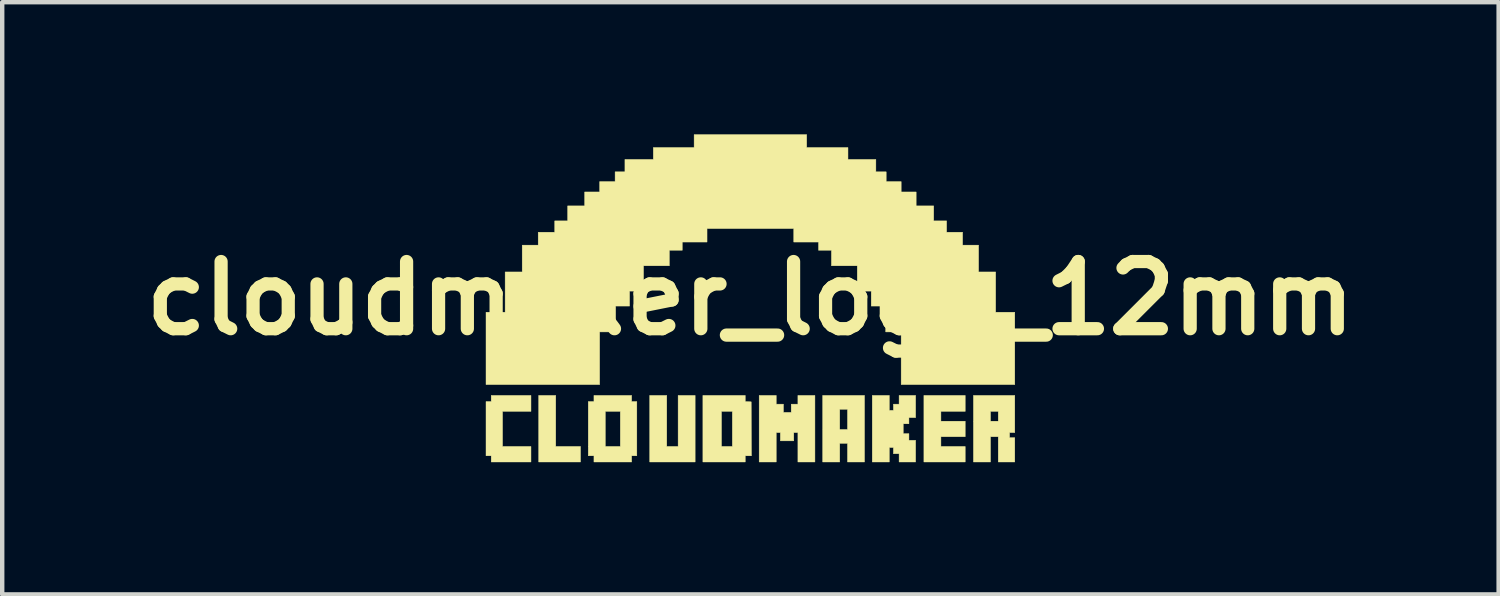
<source format=kicad_pcb>
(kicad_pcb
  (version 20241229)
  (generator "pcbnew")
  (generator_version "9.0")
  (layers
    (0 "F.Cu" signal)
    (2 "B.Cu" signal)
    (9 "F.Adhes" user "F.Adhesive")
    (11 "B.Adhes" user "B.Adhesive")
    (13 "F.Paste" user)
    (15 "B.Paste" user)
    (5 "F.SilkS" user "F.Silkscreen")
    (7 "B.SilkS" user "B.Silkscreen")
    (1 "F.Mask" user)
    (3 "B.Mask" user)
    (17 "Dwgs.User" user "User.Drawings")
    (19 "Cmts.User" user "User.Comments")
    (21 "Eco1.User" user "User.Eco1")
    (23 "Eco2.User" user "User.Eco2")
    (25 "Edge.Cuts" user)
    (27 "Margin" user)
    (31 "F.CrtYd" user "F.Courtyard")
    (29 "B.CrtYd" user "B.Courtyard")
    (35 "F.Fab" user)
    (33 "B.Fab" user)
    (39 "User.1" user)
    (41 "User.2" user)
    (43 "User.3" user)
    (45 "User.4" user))
  (footprint "cloudmaker_logo_12mm"
    (layer "F.Cu")
    (at 13.977 3.719)
    (property "Reference" "cloudmaker_logo_12mm" (at 0 0 0) (layer "F.SilkS") (effects (font (size 1.524 1.524) (thickness 0.3))))
    (attr through_hole)
    (fp_poly (pts (xy -4.417 3.362) (xy -3.855 3.362) (xy -3.855 3.714) (xy -4.804 3.714) (xy -4.804 2.203) (xy -4.417 2.203) (xy -4.417 3.362)) (stroke (width 0.01) (type solid)) (fill yes) (layer "F.SilkS"))
    (fp_poly (pts (xy -1.898 3.362) (xy -1.64 3.362) (xy -1.64 2.203) (xy -1.254 2.203) (xy -1.254 3.714) (xy -2.285 3.714) (xy -2.285 2.203) (xy -1.898 2.203) (xy -1.898 3.362)) (stroke (width 0.01) (type solid)) (fill yes) (layer "F.SilkS"))
    (fp_poly (pts (xy -4.979 2.566) (xy -5.624 2.566) (xy -5.624 3.362) (xy -4.979 3.362) (xy -4.979 3.714) (xy -5.881 3.714) (xy -5.881 3.573) (xy -5.999 3.573) (xy -5.999 2.343) (xy -5.881 2.343) (xy -5.881 2.203) (xy -4.979 2.203) (xy -4.979 2.566)) (stroke (width 0.01) (type solid)) (fill yes) (layer "F.SilkS"))
    (fp_poly (pts (xy 4.874 2.566) (xy 4.323 2.566) (xy 4.323 2.788) (xy 4.874 2.788) (xy 4.874 3.14) (xy 4.323 3.14) (xy 4.323 3.362) (xy 4.874 3.362) (xy 4.874 3.714) (xy 3.937 3.714) (xy 3.937 2.203) (xy 4.874 2.203) (xy 4.874 2.566)) (stroke (width 0.01) (type solid)) (fill yes) (layer "F.SilkS"))
    (fp_poly (pts (xy 2.589 3.714) (xy 2.203 3.714) (xy 2.203 3.292) (xy 2.027 3.292) (xy 2.027 3.714) (xy 1.64 3.714) (xy 1.64 2.519) (xy 2.027 2.519) (xy 2.027 2.976) (xy 2.203 2.976) (xy 2.203 2.519) (xy 2.027 2.519) (xy 1.64 2.519) (xy 1.64 2.203) (xy 2.589 2.203) (xy 2.589 3.714)) (stroke (width 0.01) (type solid)) (fill yes) (layer "F.SilkS"))
    (fp_poly (pts (xy -0.117 2.342) (xy 0.018 2.349) (xy 0.021 2.961) (xy 0.024 3.573) (xy -0.117 3.573) (xy -0.117 3.714) (xy -1.078 3.714) (xy -1.078 2.566) (xy -0.656 2.566) (xy -0.656 3.362) (xy -0.41 3.362) (xy -0.41 2.566) (xy -0.656 2.566) (xy -1.078 2.566) (xy -1.078 2.203) (xy -0.117 2.203) (xy -0.117 2.342)) (stroke (width 0.01) (type solid)) (fill yes) (layer "F.SilkS"))
    (fp_poly (pts (xy -2.695 2.343) (xy -2.577 2.343) (xy -2.577 3.573) (xy -2.695 3.573) (xy -2.695 3.714) (xy -3.55 3.714) (xy -3.55 3.573) (xy -3.679 3.573) (xy -3.679 2.566) (xy -3.292 2.566) (xy -3.292 3.362) (xy -2.952 3.362) (xy -2.952 2.566) (xy -3.292 2.566) (xy -3.679 2.566) (xy -3.679 2.343) (xy -3.55 2.343) (xy -3.55 2.203) (xy -2.695 2.203) (xy -2.695 2.343)) (stroke (width 0.01) (type solid)) (fill yes) (layer "F.SilkS"))
    (fp_poly (pts (xy 5.999 3.046) (xy 5.881 3.046) (xy 5.881 3.163) (xy 5.999 3.163) (xy 5.999 3.714) (xy 5.624 3.714) (xy 5.624 3.14) (xy 5.448 3.14) (xy 5.448 3.714) (xy 5.061 3.714) (xy 5.061 2.566) (xy 5.448 2.566) (xy 5.448 2.788) (xy 5.624 2.788) (xy 5.624 2.566) (xy 5.448 2.566) (xy 5.061 2.566) (xy 5.061 2.203) (xy 5.999 2.203) (xy 5.999 3.046)) (stroke (width 0.01) (type solid)) (fill yes) (layer "F.SilkS"))
    (fp_poly (pts (xy 0.586 2.402) (xy 0.75 2.402) (xy 0.75 2.589) (xy 0.926 2.589) (xy 0.926 2.402) (xy 1.078 2.402) (xy 1.078 2.203) (xy 1.464 2.203) (xy 1.464 3.714) (xy 1.078 3.714) (xy 1.078 3.046) (xy 0.984 3.046) (xy 0.984 3.234) (xy 0.68 3.234) (xy 0.68 3.046) (xy 0.586 3.046) (xy 0.586 3.714) (xy 0.199 3.714) (xy 0.199 2.203) (xy 0.586 2.203) (xy 0.586 2.402)) (stroke (width 0.01) (type solid)) (fill yes) (layer "F.SilkS"))
    (fp_poly (pts (xy 3.152 2.542) (xy 3.245 2.542) (xy 3.245 2.402) (xy 3.374 2.402) (xy 3.374 2.203) (xy 3.749 2.203) (xy 3.749 2.706) (xy 3.597 2.706) (xy 3.597 2.847) (xy 3.468 2.847) (xy 3.468 3.07) (xy 3.597 3.07) (xy 3.597 3.222) (xy 3.749 3.222) (xy 3.749 3.714) (xy 3.374 3.714) (xy 3.374 3.526) (xy 3.245 3.526) (xy 3.245 3.386) (xy 3.152 3.386) (xy 3.152 3.714) (xy 2.765 3.714) (xy 2.765 2.203) (xy 3.152 2.203) (xy 3.152 2.542)) (stroke (width 0.01) (type solid)) (fill yes) (layer "F.SilkS"))
    (fp_poly (pts (xy 1.277 -3.421) (xy 2.214 -3.421) (xy 2.214 -3.152) (xy 2.847 -3.152) (xy 2.847 -2.87) (xy 3.081 -2.87) (xy 3.081 -2.648) (xy 3.421 -2.648) (xy 3.421 -2.413) (xy 3.761 -2.413) (xy 3.761 -2.097) (xy 4.159 -2.097) (xy 4.159 -1.757) (xy 4.452 -1.757) (xy 4.452 -1.5) (xy 4.815 -1.5) (xy 4.815 -1.207) (xy 5.178 -1.207) (xy 5.178 -0.598) (xy 5.565 -0.598) (xy 5.565 0.316) (xy 5.999 0.316) (xy 5.999 1.957) (xy 3.421 1.957) (xy 3.421 0.762) (xy 3.07 0.762) (xy 3.07 0.176) (xy 2.742 0.176) (xy 2.742 -0.164) (xy 2.425 -0.164) (xy 2.425 -0.738) (xy 1.839 -0.738) (xy 1.839 -1.09) (xy 1.546 -1.09) (xy 1.546 -1.277) (xy 0.984 -1.277) (xy 0.984 -1.582) (xy -0.984 -1.582) (xy -0.984 -1.277) (xy -1.546 -1.277) (xy -1.546 -1.09) (xy -1.839 -1.09) (xy -1.839 -0.738) (xy -2.425 -0.738) (xy -2.425 -0.164) (xy -2.742 -0.164) (xy -2.742 0.176) (xy -3.058 0.176) (xy -3.058 0.762) (xy -3.421 0.762) (xy -3.421 1.957) (xy -5.999 1.957) (xy -5.999 0.316) (xy -5.565 0.316) (xy -5.565 -0.598) (xy -5.178 -0.598) (xy -5.178 -1.207) (xy -4.815 -1.207) (xy -4.815 -1.5) (xy -4.44 -1.5) (xy -4.44 -1.757) (xy -4.147 -1.757) (xy -4.147 -2.097) (xy -3.761 -2.097) (xy -3.761 -2.413) (xy -3.421 -2.413) (xy -3.421 -2.648) (xy -3.07 -2.648) (xy -3.07 -2.87) (xy -2.847 -2.87) (xy -2.847 -3.152) (xy -2.203 -3.152) (xy -2.203 -3.421) (xy -1.277 -3.421) (xy -1.277 -3.714) (xy 1.277 -3.714) (xy 1.277 -3.421)) (stroke (width 0.01) (type solid)) (fill yes) (layer "F.SilkS")))
  (gr_rect
    (start -3 -3)
    (end 30.955 10.438)
    (stroke (width 0.1) (type default))
    (fill no)
    (layer "Edge.Cuts")))
</source>
